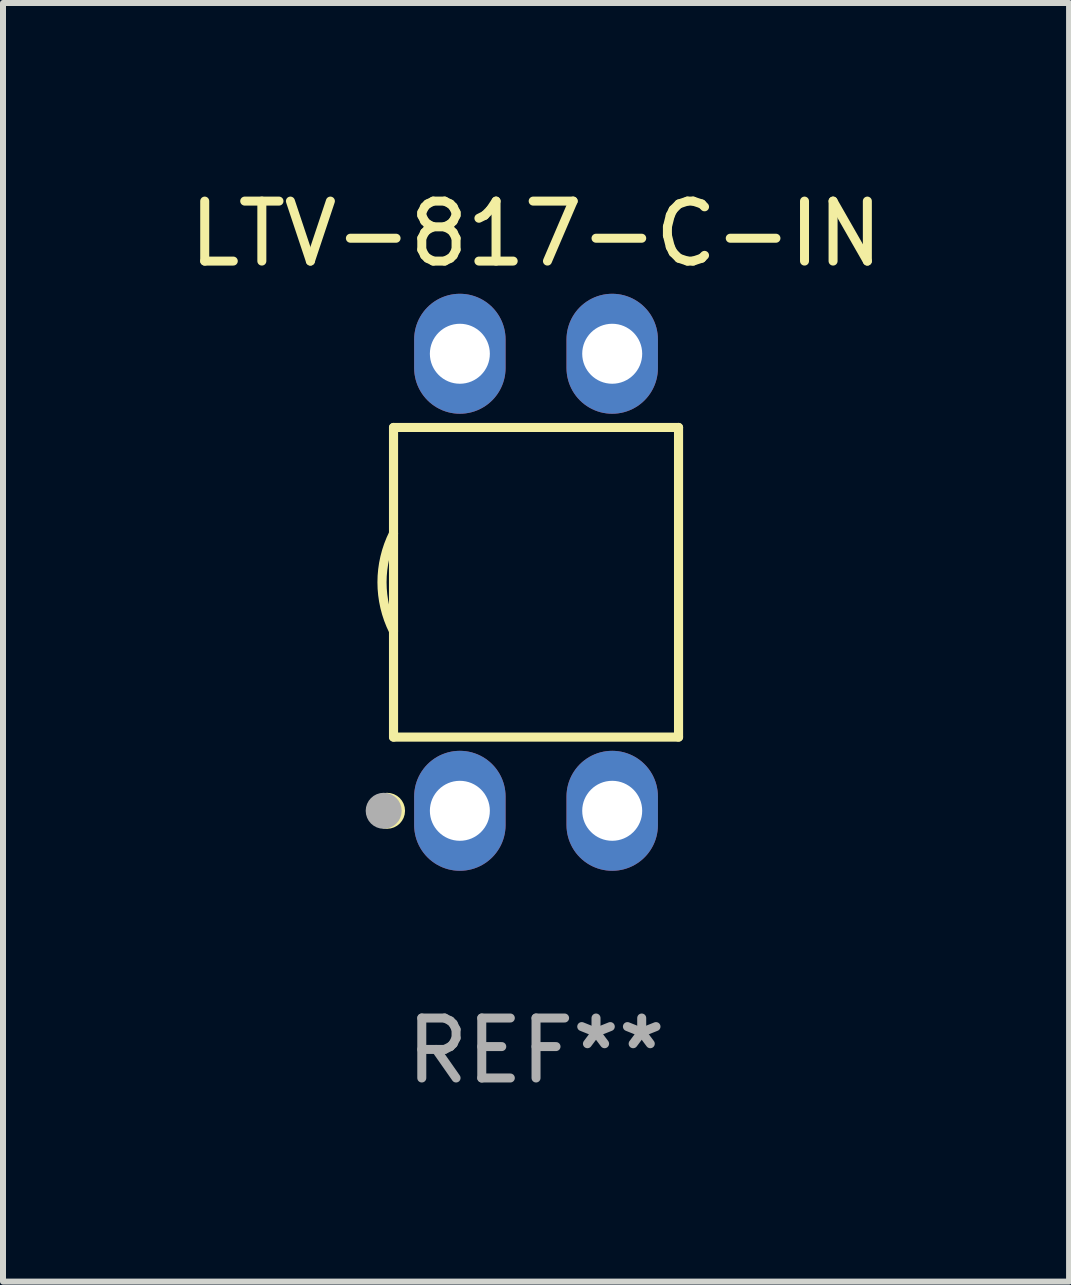
<source format=kicad_pcb>
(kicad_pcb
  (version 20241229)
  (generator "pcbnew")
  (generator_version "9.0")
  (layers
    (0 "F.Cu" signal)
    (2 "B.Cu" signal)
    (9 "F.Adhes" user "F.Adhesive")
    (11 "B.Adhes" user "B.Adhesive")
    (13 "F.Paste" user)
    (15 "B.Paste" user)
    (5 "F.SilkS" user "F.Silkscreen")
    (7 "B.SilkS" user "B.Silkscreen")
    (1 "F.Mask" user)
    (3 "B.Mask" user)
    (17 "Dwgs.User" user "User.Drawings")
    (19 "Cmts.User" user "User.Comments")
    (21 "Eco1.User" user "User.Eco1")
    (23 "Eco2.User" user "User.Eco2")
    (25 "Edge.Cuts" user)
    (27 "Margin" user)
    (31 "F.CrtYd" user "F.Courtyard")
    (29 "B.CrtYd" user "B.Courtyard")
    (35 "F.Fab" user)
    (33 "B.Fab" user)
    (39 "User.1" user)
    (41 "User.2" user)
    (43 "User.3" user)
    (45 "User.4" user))
  (footprint "LTV-817-C-IN"
    (layer "F.Cu")
    (at 5.887 6.658)
    (property "Reference" "LTV-817-C-IN" (at 0 -5.81 0) (layer "F.SilkS") (effects (font (size 1 1) (thickness 0.15))))
    (attr through_hole)
    (fp_line (start -2.376 -2.581) (end 2.376 -2.581) (stroke (width 0.152) (type solid)) (layer "F.SilkS"))
    (fp_line (start -2.376 2.581) (end -2.376 -2.581) (stroke (width 0.152) (type solid)) (layer "F.SilkS"))
    (fp_line (start 2.376 -2.581) (end 2.376 2.581) (stroke (width 0.152) (type solid)) (layer "F.SilkS"))
    (fp_line (start 2.376 2.581) (end -2.376 2.581) (stroke (width 0.152) (type solid)) (layer "F.SilkS"))
    (fp_arc (start -2.3762 0.812496) (mid -2.568004 0) (end -2.3762 -0.812497) (stroke (width 0.1524) (type solid)) (layer "F.SilkS"))
    (fp_circle (center -2.484 3.81) (end -2.334 3.81) (stroke (width 0.3) (type solid)) (fill no) (layer "F.SilkS"))
    (fp_circle (center -2.3 3.935) (end -2.27 3.935) (stroke (width 0.06) (type solid)) (fill no) (layer "F.SilkS"))
    (fp_circle (center -2.54 3.81) (end -2.39 3.81) (stroke (width 0.3) (type solid)) (fill no) (layer "F.Fab"))
    (fp_text user "REF**" (at 0 7.81 0) (layer "F.Fab") (effects (font (size 1 1) (thickness 0.15))))
    (pad "1" thru_hole oval (at -1.27 3.81) (size 1.524 2) (drill 1) (layers "*.Cu" "*.Mask"))
    (pad "2" thru_hole oval (at 1.27 3.81) (size 1.524 2) (drill 1) (layers "*.Cu" "*.Mask"))
    (pad "3" thru_hole oval (at 1.27 -3.81) (size 1.524 2) (drill 1) (layers "*.Cu" "*.Mask"))
    (pad "4" thru_hole oval (at -1.27 -3.81) (size 1.524 2) (drill 1) (layers "*.Cu" "*.Mask")))
  (gr_rect
    (start -3 -3)
    (end 14.774 18.317)
    (stroke (width 0.1) (type default))
    (fill no)
    (layer "Edge.Cuts")))
</source>
